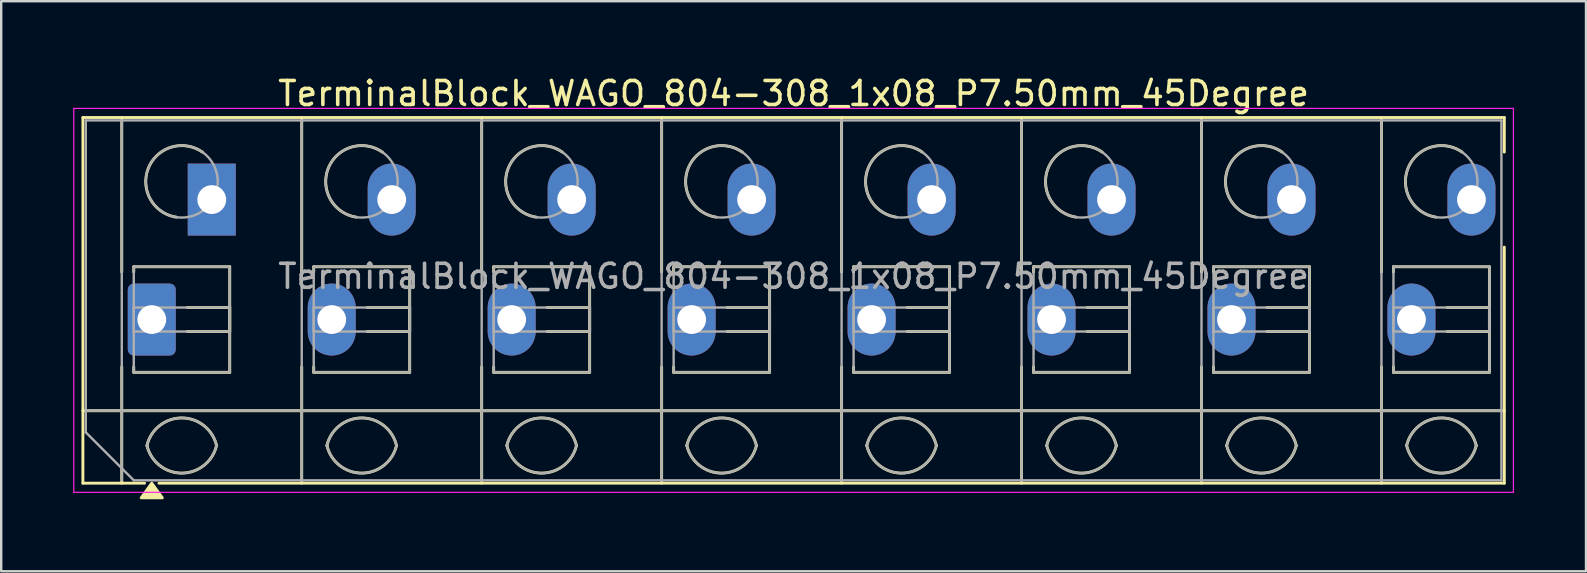
<source format=kicad_pcb>
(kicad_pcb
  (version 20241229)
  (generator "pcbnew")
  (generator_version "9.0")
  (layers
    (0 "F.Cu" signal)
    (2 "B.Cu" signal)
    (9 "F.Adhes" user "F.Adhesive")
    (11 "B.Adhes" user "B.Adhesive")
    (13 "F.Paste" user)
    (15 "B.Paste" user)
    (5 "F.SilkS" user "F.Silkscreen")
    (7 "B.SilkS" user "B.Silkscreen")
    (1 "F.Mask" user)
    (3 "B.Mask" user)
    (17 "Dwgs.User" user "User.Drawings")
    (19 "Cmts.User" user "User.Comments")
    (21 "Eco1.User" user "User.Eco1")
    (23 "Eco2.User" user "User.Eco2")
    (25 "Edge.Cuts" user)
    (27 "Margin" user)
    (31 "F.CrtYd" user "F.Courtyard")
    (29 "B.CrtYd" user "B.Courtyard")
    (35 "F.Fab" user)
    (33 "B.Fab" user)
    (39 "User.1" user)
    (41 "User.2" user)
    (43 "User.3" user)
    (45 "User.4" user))
  (footprint "TerminalBlock_WAGO_804-308_1x08_P7.50mm_45Degree"
    (layer "F.Cu")
    (at 3.275 10.268)
    (property "Reference" "TerminalBlock_WAGO_804-308_1x08_P7.50mm_45Degree" (at 26.75 -9.42 0) (layer "F.SilkS") (effects (font (size 1 1) (thickness 0.15))))
    (attr through_hole)
    (fp_line (start -2.87 -8.42) (end 56.37 -8.42) (stroke (width 0.12) (type solid)) (layer "F.SilkS"))
    (fp_line (start -2.87 3.8) (end 56.37 3.8) (stroke (width 0.12) (type solid)) (layer "F.SilkS"))
    (fp_line (start -2.87 6.82) (end -2.87 -8.42) (stroke (width 0.12) (type solid)) (layer "F.SilkS"))
    (fp_line (start -1.25 -8.42) (end -1.25 -1.98) (stroke (width 0.12) (type solid)) (layer "F.SilkS"))
    (fp_line (start -1.25 1.98) (end -1.25 6.82) (stroke (width 0.12) (type solid)) (layer "F.SilkS"))
    (fp_line (start -0.75 -2.2) (end 3.25 -2.2) (stroke (width 0.12) (type solid)) (layer "F.SilkS"))
    (fp_line (start -0.75 -1.98) (end -0.75 -2.2) (stroke (width 0.12) (type solid)) (layer "F.SilkS"))
    (fp_line (start -0.75 2.2) (end -0.75 1.98) (stroke (width 0.12) (type solid)) (layer "F.SilkS"))
    (fp_line (start -0.3 6.82) (end -2.87 6.82) (stroke (width 0.12) (type solid)) (layer "F.SilkS"))
    (fp_line (start 1.48 -0.5) (end 3.25 -0.5) (stroke (width 0.12) (type solid)) (layer "F.SilkS"))
    (fp_line (start 3.25 -2.2) (end 3.25 2.2) (stroke (width 0.12) (type solid)) (layer "F.SilkS"))
    (fp_line (start 3.25 -0.5) (end 3.25 0.5) (stroke (width 0.12) (type solid)) (layer "F.SilkS"))
    (fp_line (start 3.25 0.5) (end 1.48 0.5) (stroke (width 0.12) (type solid)) (layer "F.SilkS"))
    (fp_line (start 3.25 2.2) (end -0.75 2.2) (stroke (width 0.12) (type solid)) (layer "F.SilkS"))
    (fp_line (start 6.25 -8.42) (end 6.25 -1.98) (stroke (width 0.12) (type solid)) (layer "F.SilkS"))
    (fp_line (start 6.25 1.98) (end 6.25 6.82) (stroke (width 0.12) (type solid)) (layer "F.SilkS"))
    (fp_line (start 6.75 -2.2) (end 10.75 -2.2) (stroke (width 0.12) (type solid)) (layer "F.SilkS"))
    (fp_line (start 6.75 -1.98) (end 6.75 -2.2) (stroke (width 0.12) (type solid)) (layer "F.SilkS"))
    (fp_line (start 6.75 2.2) (end 6.75 1.98) (stroke (width 0.12) (type solid)) (layer "F.SilkS"))
    (fp_line (start 8.98 -0.5) (end 10.75 -0.5) (stroke (width 0.12) (type solid)) (layer "F.SilkS"))
    (fp_line (start 10.75 -2.2) (end 10.75 2.2) (stroke (width 0.12) (type solid)) (layer "F.SilkS"))
    (fp_line (start 10.75 -0.5) (end 10.75 0.5) (stroke (width 0.12) (type solid)) (layer "F.SilkS"))
    (fp_line (start 10.75 0.5) (end 8.98 0.5) (stroke (width 0.12) (type solid)) (layer "F.SilkS"))
    (fp_line (start 10.75 2.2) (end 6.75 2.2) (stroke (width 0.12) (type solid)) (layer "F.SilkS"))
    (fp_line (start 13.75 -8.42) (end 13.75 -1.98) (stroke (width 0.12) (type solid)) (layer "F.SilkS"))
    (fp_line (start 13.75 1.98) (end 13.75 6.82) (stroke (width 0.12) (type solid)) (layer "F.SilkS"))
    (fp_line (start 14.25 -2.2) (end 18.25 -2.2) (stroke (width 0.12) (type solid)) (layer "F.SilkS"))
    (fp_line (start 14.25 -1.98) (end 14.25 -2.2) (stroke (width 0.12) (type solid)) (layer "F.SilkS"))
    (fp_line (start 14.25 2.2) (end 14.25 1.98) (stroke (width 0.12) (type solid)) (layer "F.SilkS"))
    (fp_line (start 16.48 -0.5) (end 18.25 -0.5) (stroke (width 0.12) (type solid)) (layer "F.SilkS"))
    (fp_line (start 18.25 -2.2) (end 18.25 2.2) (stroke (width 0.12) (type solid)) (layer "F.SilkS"))
    (fp_line (start 18.25 -0.5) (end 18.25 0.5) (stroke (width 0.12) (type solid)) (layer "F.SilkS"))
    (fp_line (start 18.25 0.5) (end 16.48 0.5) (stroke (width 0.12) (type solid)) (layer "F.SilkS"))
    (fp_line (start 18.25 2.2) (end 14.25 2.2) (stroke (width 0.12) (type solid)) (layer "F.SilkS"))
    (fp_line (start 21.25 -8.42) (end 21.25 -1.98) (stroke (width 0.12) (type solid)) (layer "F.SilkS"))
    (fp_line (start 21.25 1.98) (end 21.25 6.82) (stroke (width 0.12) (type solid)) (layer "F.SilkS"))
    (fp_line (start 21.75 -2.2) (end 25.75 -2.2) (stroke (width 0.12) (type solid)) (layer "F.SilkS"))
    (fp_line (start 21.75 -1.98) (end 21.75 -2.2) (stroke (width 0.12) (type solid)) (layer "F.SilkS"))
    (fp_line (start 21.75 2.2) (end 21.75 1.98) (stroke (width 0.12) (type solid)) (layer "F.SilkS"))
    (fp_line (start 23.98 -0.5) (end 25.75 -0.5) (stroke (width 0.12) (type solid)) (layer "F.SilkS"))
    (fp_line (start 25.75 -2.2) (end 25.75 2.2) (stroke (width 0.12) (type solid)) (layer "F.SilkS"))
    (fp_line (start 25.75 -0.5) (end 25.75 0.5) (stroke (width 0.12) (type solid)) (layer "F.SilkS"))
    (fp_line (start 25.75 0.5) (end 23.98 0.5) (stroke (width 0.12) (type solid)) (layer "F.SilkS"))
    (fp_line (start 25.75 2.2) (end 21.75 2.2) (stroke (width 0.12) (type solid)) (layer "F.SilkS"))
    (fp_line (start 28.75 -8.42) (end 28.75 -1.98) (stroke (width 0.12) (type solid)) (layer "F.SilkS"))
    (fp_line (start 28.75 1.98) (end 28.75 6.82) (stroke (width 0.12) (type solid)) (layer "F.SilkS"))
    (fp_line (start 29.25 -2.2) (end 33.25 -2.2) (stroke (width 0.12) (type solid)) (layer "F.SilkS"))
    (fp_line (start 29.25 -1.98) (end 29.25 -2.2) (stroke (width 0.12) (type solid)) (layer "F.SilkS"))
    (fp_line (start 29.25 2.2) (end 29.25 1.98) (stroke (width 0.12) (type solid)) (layer "F.SilkS"))
    (fp_line (start 31.48 -0.5) (end 33.25 -0.5) (stroke (width 0.12) (type solid)) (layer "F.SilkS"))
    (fp_line (start 33.25 -2.2) (end 33.25 2.2) (stroke (width 0.12) (type solid)) (layer "F.SilkS"))
    (fp_line (start 33.25 -0.5) (end 33.25 0.5) (stroke (width 0.12) (type solid)) (layer "F.SilkS"))
    (fp_line (start 33.25 0.5) (end 31.48 0.5) (stroke (width 0.12) (type solid)) (layer "F.SilkS"))
    (fp_line (start 33.25 2.2) (end 29.25 2.2) (stroke (width 0.12) (type solid)) (layer "F.SilkS"))
    (fp_line (start 36.25 -8.42) (end 36.25 -1.98) (stroke (width 0.12) (type solid)) (layer "F.SilkS"))
    (fp_line (start 36.25 1.98) (end 36.25 6.82) (stroke (width 0.12) (type solid)) (layer "F.SilkS"))
    (fp_line (start 36.75 -2.2) (end 40.75 -2.2) (stroke (width 0.12) (type solid)) (layer "F.SilkS"))
    (fp_line (start 36.75 -1.98) (end 36.75 -2.2) (stroke (width 0.12) (type solid)) (layer "F.SilkS"))
    (fp_line (start 36.75 2.2) (end 36.75 1.98) (stroke (width 0.12) (type solid)) (layer "F.SilkS"))
    (fp_line (start 38.98 -0.5) (end 40.75 -0.5) (stroke (width 0.12) (type solid)) (layer "F.SilkS"))
    (fp_line (start 40.75 -2.2) (end 40.75 2.2) (stroke (width 0.12) (type solid)) (layer "F.SilkS"))
    (fp_line (start 40.75 -0.5) (end 40.75 0.5) (stroke (width 0.12) (type solid)) (layer "F.SilkS"))
    (fp_line (start 40.75 0.5) (end 38.98 0.5) (stroke (width 0.12) (type solid)) (layer "F.SilkS"))
    (fp_line (start 40.75 2.2) (end 36.75 2.2) (stroke (width 0.12) (type solid)) (layer "F.SilkS"))
    (fp_line (start 43.75 -8.42) (end 43.75 -1.98) (stroke (width 0.12) (type solid)) (layer "F.SilkS"))
    (fp_line (start 43.75 1.98) (end 43.75 6.82) (stroke (width 0.12) (type solid)) (layer "F.SilkS"))
    (fp_line (start 44.25 -2.2) (end 48.25 -2.2) (stroke (width 0.12) (type solid)) (layer "F.SilkS"))
    (fp_line (start 44.25 -1.98) (end 44.25 -2.2) (stroke (width 0.12) (type solid)) (layer "F.SilkS"))
    (fp_line (start 44.25 2.2) (end 44.25 1.98) (stroke (width 0.12) (type solid)) (layer "F.SilkS"))
    (fp_line (start 46.48 -0.5) (end 48.25 -0.5) (stroke (width 0.12) (type solid)) (layer "F.SilkS"))
    (fp_line (start 48.25 -2.2) (end 48.25 2.2) (stroke (width 0.12) (type solid)) (layer "F.SilkS"))
    (fp_line (start 48.25 -0.5) (end 48.25 0.5) (stroke (width 0.12) (type solid)) (layer "F.SilkS"))
    (fp_line (start 48.25 0.5) (end 46.48 0.5) (stroke (width 0.12) (type solid)) (layer "F.SilkS"))
    (fp_line (start 48.25 2.2) (end 44.25 2.2) (stroke (width 0.12) (type solid)) (layer "F.SilkS"))
    (fp_line (start 51.25 -8.42) (end 51.25 -1.98) (stroke (width 0.12) (type solid)) (layer "F.SilkS"))
    (fp_line (start 51.25 1.98) (end 51.25 6.82) (stroke (width 0.12) (type solid)) (layer "F.SilkS"))
    (fp_line (start 51.75 -2.2) (end 55.75 -2.2) (stroke (width 0.12) (type solid)) (layer "F.SilkS"))
    (fp_line (start 51.75 -1.98) (end 51.75 -2.2) (stroke (width 0.12) (type solid)) (layer "F.SilkS"))
    (fp_line (start 51.75 2.2) (end 51.75 1.98) (stroke (width 0.12) (type solid)) (layer "F.SilkS"))
    (fp_line (start 53.98 -0.5) (end 55.75 -0.5) (stroke (width 0.12) (type solid)) (layer "F.SilkS"))
    (fp_line (start 55.75 -2.2) (end 55.75 2.2) (stroke (width 0.12) (type solid)) (layer "F.SilkS"))
    (fp_line (start 55.75 -0.5) (end 55.75 0.5) (stroke (width 0.12) (type solid)) (layer "F.SilkS"))
    (fp_line (start 55.75 0.5) (end 53.98 0.5) (stroke (width 0.12) (type solid)) (layer "F.SilkS"))
    (fp_line (start 55.75 2.2) (end 51.75 2.2) (stroke (width 0.12) (type solid)) (layer "F.SilkS"))
    (fp_line (start 56.37 -8.42) (end 56.37 -6.98) (stroke (width 0.12) (type solid)) (layer "F.SilkS"))
    (fp_line (start 56.37 -3.02) (end 56.37 6.82) (stroke (width 0.12) (type solid)) (layer "F.SilkS"))
    (fp_line (start 56.37 6.82) (end 0.3 6.82) (stroke (width 0.12) (type solid)) (layer "F.SilkS"))
    (fp_arc (start -0.2 5.25) (mid 1.25 4.1) (end 2.7 5.25) (stroke (width 0.12) (type solid)) (layer "F.SilkS"))
    (fp_arc (start 1.02 -4.268) (mid -0.141916 -6.309209) (end 2.109 -6.98) (stroke (width 0.12) (type solid)) (layer "F.SilkS"))
    (fp_arc (start 2.7 5.25) (mid 1.25 6.4) (end -0.2 5.25) (stroke (width 0.12) (type solid)) (layer "F.SilkS"))
    (fp_arc (start 7.3 5.25) (mid 8.75 4.1) (end 10.2 5.25) (stroke (width 0.12) (type solid)) (layer "F.SilkS"))
    (fp_arc (start 8.52 -4.268) (mid 7.358084 -6.309209) (end 9.609 -6.98) (stroke (width 0.12) (type solid)) (layer "F.SilkS"))
    (fp_arc (start 10.2 5.25) (mid 8.75 6.4) (end 7.3 5.25) (stroke (width 0.12) (type solid)) (layer "F.SilkS"))
    (fp_arc (start 14.8 5.25) (mid 16.25 4.1) (end 17.7 5.25) (stroke (width 0.12) (type solid)) (layer "F.SilkS"))
    (fp_arc (start 16.02 -4.268) (mid 14.858084 -6.309209) (end 17.109 -6.98) (stroke (width 0.12) (type solid)) (layer "F.SilkS"))
    (fp_arc (start 17.7 5.25) (mid 16.25 6.4) (end 14.8 5.25) (stroke (width 0.12) (type solid)) (layer "F.SilkS"))
    (fp_arc (start 22.3 5.25) (mid 23.75 4.1) (end 25.2 5.25) (stroke (width 0.12) (type solid)) (layer "F.SilkS"))
    (fp_arc (start 23.52 -4.268) (mid 22.358084 -6.309209) (end 24.609 -6.98) (stroke (width 0.12) (type solid)) (layer "F.SilkS"))
    (fp_arc (start 25.2 5.25) (mid 23.75 6.4) (end 22.3 5.25) (stroke (width 0.12) (type solid)) (layer "F.SilkS"))
    (fp_arc (start 29.8 5.25) (mid 31.25 4.1) (end 32.7 5.25) (stroke (width 0.12) (type solid)) (layer "F.SilkS"))
    (fp_arc (start 31.02 -4.268) (mid 29.858084 -6.309209) (end 32.109 -6.98) (stroke (width 0.12) (type solid)) (layer "F.SilkS"))
    (fp_arc (start 32.7 5.25) (mid 31.25 6.4) (end 29.8 5.25) (stroke (width 0.12) (type solid)) (layer "F.SilkS"))
    (fp_arc (start 37.3 5.25) (mid 38.75 4.1) (end 40.2 5.25) (stroke (width 0.12) (type solid)) (layer "F.SilkS"))
    (fp_arc (start 38.52 -4.268) (mid 37.358084 -6.309209) (end 39.609 -6.98) (stroke (width 0.12) (type solid)) (layer "F.SilkS"))
    (fp_arc (start 40.2 5.25) (mid 38.75 6.4) (end 37.3 5.25) (stroke (width 0.12) (type solid)) (layer "F.SilkS"))
    (fp_arc (start 44.8 5.25) (mid 46.25 4.1) (end 47.7 5.25) (stroke (width 0.12) (type solid)) (layer "F.SilkS"))
    (fp_arc (start 46.02 -4.268) (mid 44.858084 -6.309209) (end 47.109 -6.98) (stroke (width 0.12) (type solid)) (layer "F.SilkS"))
    (fp_arc (start 47.7 5.25) (mid 46.25 6.4) (end 44.8 5.25) (stroke (width 0.12) (type solid)) (layer "F.SilkS"))
    (fp_arc (start 52.3 5.25) (mid 53.75 4.1) (end 55.2 5.25) (stroke (width 0.12) (type solid)) (layer "F.SilkS"))
    (fp_arc (start 53.52 -4.268) (mid 52.358084 -6.309209) (end 54.609 -6.98) (stroke (width 0.12) (type solid)) (layer "F.SilkS"))
    (fp_arc (start 55.2 5.25) (mid 53.75 6.4) (end 52.3 5.25) (stroke (width 0.12) (type solid)) (layer "F.SilkS"))
    (fp_poly (pts (xy 0 6.82) (xy 0.44 7.43) (xy -0.44 7.43)) (stroke (width 0.12) (type solid)) (fill yes) (layer "F.SilkS"))
    (fp_line (start -3.25 -8.8) (end -3.25 7.2) (stroke (width 0.05) (type solid)) (layer "F.CrtYd"))
    (fp_line (start -3.25 7.2) (end 56.75 7.2) (stroke (width 0.05) (type solid)) (layer "F.CrtYd"))
    (fp_line (start 56.75 -8.8) (end -3.25 -8.8) (stroke (width 0.05) (type solid)) (layer "F.CrtYd"))
    (fp_line (start 56.75 7.2) (end 56.75 -8.8) (stroke (width 0.05) (type solid)) (layer "F.CrtYd"))
    (fp_line (start -2.75 -8.3) (end 56.25 -8.3) (stroke (width 0.1) (type solid)) (layer "F.Fab"))
    (fp_line (start -2.75 3.8) (end 56.25 3.8) (stroke (width 0.1) (type solid)) (layer "F.Fab"))
    (fp_line (start -2.75 4.7) (end -2.75 -8.3) (stroke (width 0.1) (type solid)) (layer "F.Fab"))
    (fp_line (start -1.25 -8.3) (end -1.25 6.7) (stroke (width 0.1) (type solid)) (layer "F.Fab"))
    (fp_line (start -0.75 -2.2) (end -0.75 2.2) (stroke (width 0.1) (type solid)) (layer "F.Fab"))
    (fp_line (start -0.75 -0.5) (end -0.75 0.5) (stroke (width 0.1) (type solid)) (layer "F.Fab"))
    (fp_line (start -0.75 0.5) (end 3.25 0.5) (stroke (width 0.1) (type solid)) (layer "F.Fab"))
    (fp_line (start -0.75 2.2) (end 3.25 2.2) (stroke (width 0.1) (type solid)) (layer "F.Fab"))
    (fp_line (start -0.75 6.7) (end -2.75 4.7) (stroke (width 0.1) (type solid)) (layer "F.Fab"))
    (fp_line (start 3.25 -2.2) (end -0.75 -2.2) (stroke (width 0.1) (type solid)) (layer "F.Fab"))
    (fp_line (start 3.25 -0.5) (end -0.75 -0.5) (stroke (width 0.1) (type solid)) (layer "F.Fab"))
    (fp_line (start 3.25 0.5) (end 3.25 -0.5) (stroke (width 0.1) (type solid)) (layer "F.Fab"))
    (fp_line (start 3.25 2.2) (end 3.25 -2.2) (stroke (width 0.1) (type solid)) (layer "F.Fab"))
    (fp_line (start 6.25 -8.3) (end 6.25 6.7) (stroke (width 0.1) (type solid)) (layer "F.Fab"))
    (fp_line (start 6.75 -2.2) (end 6.75 2.2) (stroke (width 0.1) (type solid)) (layer "F.Fab"))
    (fp_line (start 6.75 -0.5) (end 6.75 0.5) (stroke (width 0.1) (type solid)) (layer "F.Fab"))
    (fp_line (start 6.75 0.5) (end 10.75 0.5) (stroke (width 0.1) (type solid)) (layer "F.Fab"))
    (fp_line (start 6.75 2.2) (end 10.75 2.2) (stroke (width 0.1) (type solid)) (layer "F.Fab"))
    (fp_line (start 10.75 -2.2) (end 6.75 -2.2) (stroke (width 0.1) (type solid)) (layer "F.Fab"))
    (fp_line (start 10.75 -0.5) (end 6.75 -0.5) (stroke (width 0.1) (type solid)) (layer "F.Fab"))
    (fp_line (start 10.75 0.5) (end 10.75 -0.5) (stroke (width 0.1) (type solid)) (layer "F.Fab"))
    (fp_line (start 10.75 2.2) (end 10.75 -2.2) (stroke (width 0.1) (type solid)) (layer "F.Fab"))
    (fp_line (start 13.75 -8.3) (end 13.75 6.7) (stroke (width 0.1) (type solid)) (layer "F.Fab"))
    (fp_line (start 14.25 -2.2) (end 14.25 2.2) (stroke (width 0.1) (type solid)) (layer "F.Fab"))
    (fp_line (start 14.25 -0.5) (end 14.25 0.5) (stroke (width 0.1) (type solid)) (layer "F.Fab"))
    (fp_line (start 14.25 0.5) (end 18.25 0.5) (stroke (width 0.1) (type solid)) (layer "F.Fab"))
    (fp_line (start 14.25 2.2) (end 18.25 2.2) (stroke (width 0.1) (type solid)) (layer "F.Fab"))
    (fp_line (start 18.25 -2.2) (end 14.25 -2.2) (stroke (width 0.1) (type solid)) (layer "F.Fab"))
    (fp_line (start 18.25 -0.5) (end 14.25 -0.5) (stroke (width 0.1) (type solid)) (layer "F.Fab"))
    (fp_line (start 18.25 0.5) (end 18.25 -0.5) (stroke (width 0.1) (type solid)) (layer "F.Fab"))
    (fp_line (start 18.25 2.2) (end 18.25 -2.2) (stroke (width 0.1) (type solid)) (layer "F.Fab"))
    (fp_line (start 21.25 -8.3) (end 21.25 6.7) (stroke (width 0.1) (type solid)) (layer "F.Fab"))
    (fp_line (start 21.75 -2.2) (end 21.75 2.2) (stroke (width 0.1) (type solid)) (layer "F.Fab"))
    (fp_line (start 21.75 -0.5) (end 21.75 0.5) (stroke (width 0.1) (type solid)) (layer "F.Fab"))
    (fp_line (start 21.75 0.5) (end 25.75 0.5) (stroke (width 0.1) (type solid)) (layer "F.Fab"))
    (fp_line (start 21.75 2.2) (end 25.75 2.2) (stroke (width 0.1) (type solid)) (layer "F.Fab"))
    (fp_line (start 25.75 -2.2) (end 21.75 -2.2) (stroke (width 0.1) (type solid)) (layer "F.Fab"))
    (fp_line (start 25.75 -0.5) (end 21.75 -0.5) (stroke (width 0.1) (type solid)) (layer "F.Fab"))
    (fp_line (start 25.75 0.5) (end 25.75 -0.5) (stroke (width 0.1) (type solid)) (layer "F.Fab"))
    (fp_line (start 25.75 2.2) (end 25.75 -2.2) (stroke (width 0.1) (type solid)) (layer "F.Fab"))
    (fp_line (start 28.75 -8.3) (end 28.75 6.7) (stroke (width 0.1) (type solid)) (layer "F.Fab"))
    (fp_line (start 29.25 -2.2) (end 29.25 2.2) (stroke (width 0.1) (type solid)) (layer "F.Fab"))
    (fp_line (start 29.25 -0.5) (end 29.25 0.5) (stroke (width 0.1) (type solid)) (layer "F.Fab"))
    (fp_line (start 29.25 0.5) (end 33.25 0.5) (stroke (width 0.1) (type solid)) (layer "F.Fab"))
    (fp_line (start 29.25 2.2) (end 33.25 2.2) (stroke (width 0.1) (type solid)) (layer "F.Fab"))
    (fp_line (start 33.25 -2.2) (end 29.25 -2.2) (stroke (width 0.1) (type solid)) (layer "F.Fab"))
    (fp_line (start 33.25 -0.5) (end 29.25 -0.5) (stroke (width 0.1) (type solid)) (layer "F.Fab"))
    (fp_line (start 33.25 0.5) (end 33.25 -0.5) (stroke (width 0.1) (type solid)) (layer "F.Fab"))
    (fp_line (start 33.25 2.2) (end 33.25 -2.2) (stroke (width 0.1) (type solid)) (layer "F.Fab"))
    (fp_line (start 36.25 -8.3) (end 36.25 6.7) (stroke (width 0.1) (type solid)) (layer "F.Fab"))
    (fp_line (start 36.75 -2.2) (end 36.75 2.2) (stroke (width 0.1) (type solid)) (layer "F.Fab"))
    (fp_line (start 36.75 -0.5) (end 36.75 0.5) (stroke (width 0.1) (type solid)) (layer "F.Fab"))
    (fp_line (start 36.75 0.5) (end 40.75 0.5) (stroke (width 0.1) (type solid)) (layer "F.Fab"))
    (fp_line (start 36.75 2.2) (end 40.75 2.2) (stroke (width 0.1) (type solid)) (layer "F.Fab"))
    (fp_line (start 40.75 -2.2) (end 36.75 -2.2) (stroke (width 0.1) (type solid)) (layer "F.Fab"))
    (fp_line (start 40.75 -0.5) (end 36.75 -0.5) (stroke (width 0.1) (type solid)) (layer "F.Fab"))
    (fp_line (start 40.75 0.5) (end 40.75 -0.5) (stroke (width 0.1) (type solid)) (layer "F.Fab"))
    (fp_line (start 40.75 2.2) (end 40.75 -2.2) (stroke (width 0.1) (type solid)) (layer "F.Fab"))
    (fp_line (start 43.75 -8.3) (end 43.75 6.7) (stroke (width 0.1) (type solid)) (layer "F.Fab"))
    (fp_line (start 44.25 -2.2) (end 44.25 2.2) (stroke (width 0.1) (type solid)) (layer "F.Fab"))
    (fp_line (start 44.25 -0.5) (end 44.25 0.5) (stroke (width 0.1) (type solid)) (layer "F.Fab"))
    (fp_line (start 44.25 0.5) (end 48.25 0.5) (stroke (width 0.1) (type solid)) (layer "F.Fab"))
    (fp_line (start 44.25 2.2) (end 48.25 2.2) (stroke (width 0.1) (type solid)) (layer "F.Fab"))
    (fp_line (start 48.25 -2.2) (end 44.25 -2.2) (stroke (width 0.1) (type solid)) (layer "F.Fab"))
    (fp_line (start 48.25 -0.5) (end 44.25 -0.5) (stroke (width 0.1) (type solid)) (layer "F.Fab"))
    (fp_line (start 48.25 0.5) (end 48.25 -0.5) (stroke (width 0.1) (type solid)) (layer "F.Fab"))
    (fp_line (start 48.25 2.2) (end 48.25 -2.2) (stroke (width 0.1) (type solid)) (layer "F.Fab"))
    (fp_line (start 51.25 -8.3) (end 51.25 6.7) (stroke (width 0.1) (type solid)) (layer "F.Fab"))
    (fp_line (start 51.75 -2.2) (end 51.75 2.2) (stroke (width 0.1) (type solid)) (layer "F.Fab"))
    (fp_line (start 51.75 -0.5) (end 51.75 0.5) (stroke (width 0.1) (type solid)) (layer "F.Fab"))
    (fp_line (start 51.75 0.5) (end 55.75 0.5) (stroke (width 0.1) (type solid)) (layer "F.Fab"))
    (fp_line (start 51.75 2.2) (end 55.75 2.2) (stroke (width 0.1) (type solid)) (layer "F.Fab"))
    (fp_line (start 55.75 -2.2) (end 51.75 -2.2) (stroke (width 0.1) (type solid)) (layer "F.Fab"))
    (fp_line (start 55.75 -0.5) (end 51.75 -0.5) (stroke (width 0.1) (type solid)) (layer "F.Fab"))
    (fp_line (start 55.75 0.5) (end 55.75 -0.5) (stroke (width 0.1) (type solid)) (layer "F.Fab"))
    (fp_line (start 55.75 2.2) (end 55.75 -2.2) (stroke (width 0.1) (type solid)) (layer "F.Fab"))
    (fp_line (start 56.25 -8.3) (end 56.25 6.7) (stroke (width 0.1) (type solid)) (layer "F.Fab"))
    (fp_line (start 56.25 6.7) (end -0.75 6.7) (stroke (width 0.1) (type solid)) (layer "F.Fab"))
    (fp_arc (start -0.2 5.25) (mid 1.25 4.1) (end 2.7 5.25) (stroke (width 0.1) (type solid)) (layer "F.Fab"))
    (fp_arc (start 2.7 5.25) (mid 1.25 6.4) (end -0.2 5.25) (stroke (width 0.1) (type solid)) (layer "F.Fab"))
    (fp_arc (start 7.3 5.25) (mid 8.75 4.1) (end 10.2 5.25) (stroke (width 0.1) (type solid)) (layer "F.Fab"))
    (fp_arc (start 10.2 5.25) (mid 8.75 6.4) (end 7.3 5.25) (stroke (width 0.1) (type solid)) (layer "F.Fab"))
    (fp_arc (start 14.8 5.25) (mid 16.25 4.1) (end 17.7 5.25) (stroke (width 0.1) (type solid)) (layer "F.Fab"))
    (fp_arc (start 17.7 5.25) (mid 16.25 6.4) (end 14.8 5.25) (stroke (width 0.1) (type solid)) (layer "F.Fab"))
    (fp_arc (start 22.3 5.25) (mid 23.75 4.1) (end 25.2 5.25) (stroke (width 0.1) (type solid)) (layer "F.Fab"))
    (fp_arc (start 25.2 5.25) (mid 23.75 6.4) (end 22.3 5.25) (stroke (width 0.1) (type solid)) (layer "F.Fab"))
    (fp_arc (start 29.8 5.25) (mid 31.25 4.1) (end 32.7 5.25) (stroke (width 0.1) (type solid)) (layer "F.Fab"))
    (fp_arc (start 32.7 5.25) (mid 31.25 6.4) (end 29.8 5.25) (stroke (width 0.1) (type solid)) (layer "F.Fab"))
    (fp_arc (start 37.3 5.25) (mid 38.75 4.1) (end 40.2 5.25) (stroke (width 0.1) (type solid)) (layer "F.Fab"))
    (fp_arc (start 40.2 5.25) (mid 38.75 6.4) (end 37.3 5.25) (stroke (width 0.1) (type solid)) (layer "F.Fab"))
    (fp_arc (start 44.8 5.25) (mid 46.25 4.1) (end 47.7 5.25) (stroke (width 0.1) (type solid)) (layer "F.Fab"))
    (fp_arc (start 47.7 5.25) (mid 46.25 6.4) (end 44.8 5.25) (stroke (width 0.1) (type solid)) (layer "F.Fab"))
    (fp_arc (start 52.3 5.25) (mid 53.75 4.1) (end 55.2 5.25) (stroke (width 0.1) (type solid)) (layer "F.Fab"))
    (fp_arc (start 55.2 5.25) (mid 53.75 6.4) (end 52.3 5.25) (stroke (width 0.1) (type solid)) (layer "F.Fab"))
    (fp_circle (center 1.25 -5.75) (end 2.75 -5.75) (stroke (width 0.1) (type solid)) (fill no) (layer "F.Fab"))
    (fp_circle (center 8.75 -5.75) (end 10.25 -5.75) (stroke (width 0.1) (type solid)) (fill no) (layer "F.Fab"))
    (fp_circle (center 16.25 -5.75) (end 17.75 -5.75) (stroke (width 0.1) (type solid)) (fill no) (layer "F.Fab"))
    (fp_circle (center 23.75 -5.75) (end 25.25 -5.75) (stroke (width 0.1) (type solid)) (fill no) (layer "F.Fab"))
    (fp_circle (center 31.25 -5.75) (end 32.75 -5.75) (stroke (width 0.1) (type solid)) (fill no) (layer "F.Fab"))
    (fp_circle (center 38.75 -5.75) (end 40.25 -5.75) (stroke (width 0.1) (type solid)) (fill no) (layer "F.Fab"))
    (fp_circle (center 46.25 -5.75) (end 47.75 -5.75) (stroke (width 0.1) (type solid)) (fill no) (layer "F.Fab"))
    (fp_circle (center 53.75 -5.75) (end 55.25 -5.75) (stroke (width 0.1) (type solid)) (fill no) (layer "F.Fab"))
    (fp_text user "${REFERENCE}" (at 26.75 -1.8 0) (layer "F.Fab") (effects (font (size 1 1) (thickness 0.15))))
    (pad "1" thru_hole roundrect (at 0 0) (size 2 3) (drill 1.2) (layers "*.Cu" "*.Mask") (roundrect_rratio 0.125))
    (pad "1" thru_hole rect (at 2.5 -5) (size 2 3) (drill 1.2) (layers "*.Cu" "*.Mask"))
    (pad "2" thru_hole oval (at 7.5 0) (size 2 3) (drill 1.2) (layers "*.Cu" "*.Mask"))
    (pad "2" thru_hole oval (at 10 -5) (size 2 3) (drill 1.2) (layers "*.Cu" "*.Mask"))
    (pad "3" thru_hole oval (at 15 0) (size 2 3) (drill 1.2) (layers "*.Cu" "*.Mask"))
    (pad "3" thru_hole oval (at 17.5 -5) (size 2 3) (drill 1.2) (layers "*.Cu" "*.Mask"))
    (pad "4" thru_hole oval (at 22.5 0) (size 2 3) (drill 1.2) (layers "*.Cu" "*.Mask"))
    (pad "4" thru_hole oval (at 25 -5) (size 2 3) (drill 1.2) (layers "*.Cu" "*.Mask"))
    (pad "5" thru_hole oval (at 30 0) (size 2 3) (drill 1.2) (layers "*.Cu" "*.Mask"))
    (pad "5" thru_hole oval (at 32.5 -5) (size 2 3) (drill 1.2) (layers "*.Cu" "*.Mask"))
    (pad "6" thru_hole oval (at 37.5 0) (size 2 3) (drill 1.2) (layers "*.Cu" "*.Mask"))
    (pad "6" thru_hole oval (at 40 -5) (size 2 3) (drill 1.2) (layers "*.Cu" "*.Mask"))
    (pad "7" thru_hole oval (at 45 0) (size 2 3) (drill 1.2) (layers "*.Cu" "*.Mask"))
    (pad "7" thru_hole oval (at 47.5 -5) (size 2 3) (drill 1.2) (layers "*.Cu" "*.Mask"))
    (pad "8" thru_hole oval (at 52.5 0) (size 2 3) (drill 1.2) (layers "*.Cu" "*.Mask"))
    (pad "8" thru_hole oval (at 55 -5) (size 2 3) (drill 1.2) (layers "*.Cu" "*.Mask")))
  (gr_rect
    (start -3 -3)
    (end 63.05 20.758)
    (stroke (width 0.1) (type default))
    (fill no)
    (layer "Edge.Cuts")))
</source>
